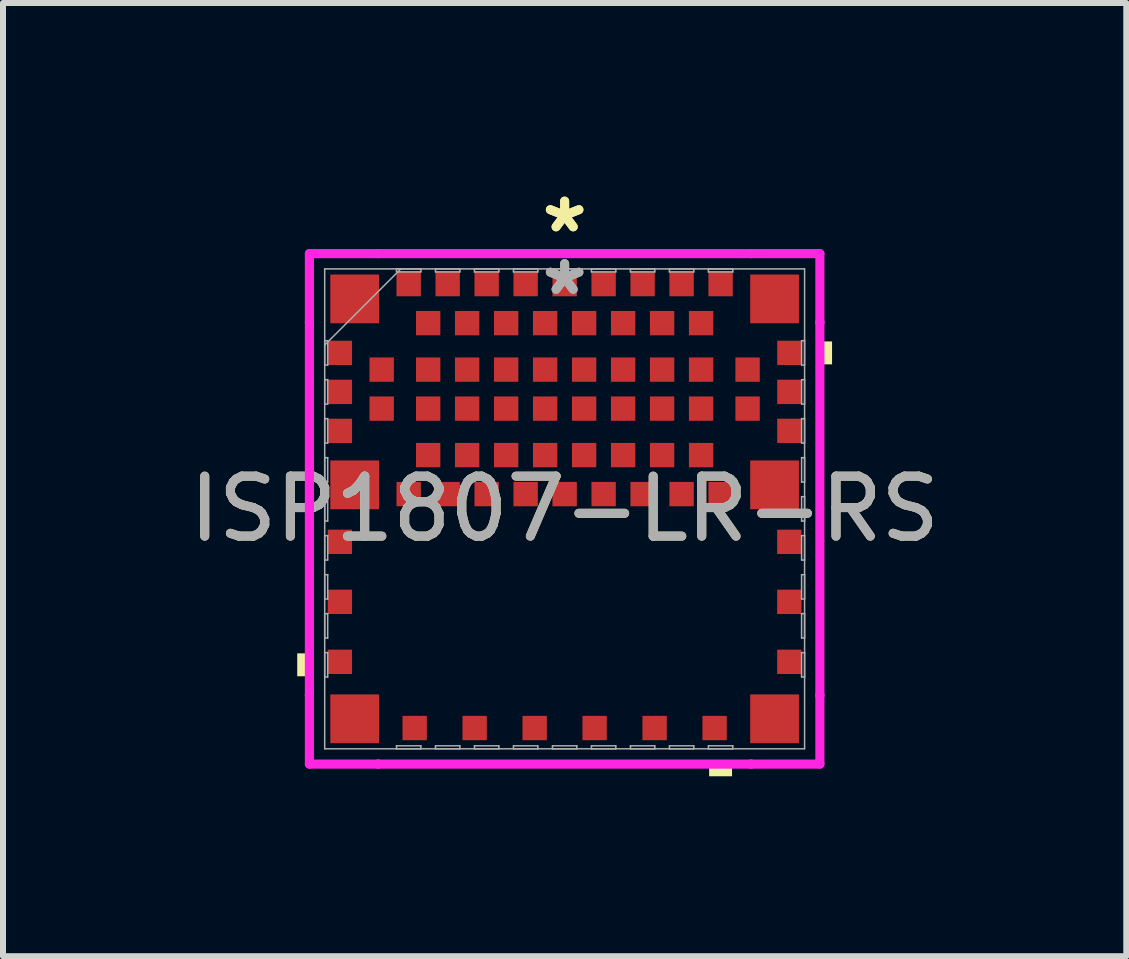
<source format=kicad_pcb>
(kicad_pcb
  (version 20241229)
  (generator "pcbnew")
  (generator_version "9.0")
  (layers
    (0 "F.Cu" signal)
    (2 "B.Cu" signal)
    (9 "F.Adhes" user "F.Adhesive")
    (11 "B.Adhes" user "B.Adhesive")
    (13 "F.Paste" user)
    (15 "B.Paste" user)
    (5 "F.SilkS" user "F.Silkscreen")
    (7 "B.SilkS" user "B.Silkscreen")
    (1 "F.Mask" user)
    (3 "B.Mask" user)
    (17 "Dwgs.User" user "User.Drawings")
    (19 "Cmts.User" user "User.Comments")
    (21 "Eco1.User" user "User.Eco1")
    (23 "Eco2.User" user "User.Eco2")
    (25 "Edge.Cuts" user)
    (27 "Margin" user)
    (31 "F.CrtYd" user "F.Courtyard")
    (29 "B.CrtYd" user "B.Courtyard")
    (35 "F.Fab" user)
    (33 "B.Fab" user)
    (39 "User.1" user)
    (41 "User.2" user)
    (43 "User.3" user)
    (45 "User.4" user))
  (footprint "ISP1807-LR-RS"
    (layer "F.Cu")
    (at 6.363 5.433)
    (property "Reference" "ISP1807-LR-RS" (at 0 0 0) (unlocked yes) (layer "F.SilkS") (effects (font (size 1 1) (thickness 0.15))))
    (attr smd)
    (fp_poly (pts (xy -4.458 2.409) (xy -4.458 2.791) (xy -4.204 2.791) (xy -4.204 2.409)) (stroke (width 0) (type solid)) (fill yes) (layer "F.SilkS"))
    (fp_poly (pts (xy 2.409 4.204) (xy 2.409 4.458) (xy 2.791 4.458) (xy 2.791 4.204)) (stroke (width 0) (type solid)) (fill yes) (layer "F.SilkS"))
    (fp_poly (pts (xy 4.458 -2.791) (xy 4.458 -2.409) (xy 4.204 -2.409) (xy 4.204 -2.791)) (stroke (width 0) (type solid)) (fill yes) (layer "F.SilkS"))
    (fp_line (start -4.255 -4.255) (end -3.108 -4.255) (stroke (width 0.152) (type solid)) (layer "F.CrtYd"))
    (fp_line (start -4.255 -3.108) (end -4.255 -4.255) (stroke (width 0.152) (type solid)) (layer "F.CrtYd"))
    (fp_line (start -4.255 -3.108) (end -4.255 -3.108) (stroke (width 0.152) (type solid)) (layer "F.CrtYd"))
    (fp_line (start -4.255 3.108) (end -4.255 -3.108) (stroke (width 0.152) (type solid)) (layer "F.CrtYd"))
    (fp_line (start -4.255 3.108) (end -4.255 3.108) (stroke (width 0.152) (type solid)) (layer "F.CrtYd"))
    (fp_line (start -4.255 4.255) (end -4.255 3.108) (stroke (width 0.152) (type solid)) (layer "F.CrtYd"))
    (fp_line (start -3.108 -4.255) (end -3.108 -4.255) (stroke (width 0.152) (type solid)) (layer "F.CrtYd"))
    (fp_line (start -3.108 -4.255) (end 3.108 -4.255) (stroke (width 0.152) (type solid)) (layer "F.CrtYd"))
    (fp_line (start -3.108 4.255) (end -4.255 4.255) (stroke (width 0.152) (type solid)) (layer "F.CrtYd"))
    (fp_line (start -3.108 4.255) (end -3.108 4.255) (stroke (width 0.152) (type solid)) (layer "F.CrtYd"))
    (fp_line (start 3.108 -4.255) (end 3.108 -4.255) (stroke (width 0.152) (type solid)) (layer "F.CrtYd"))
    (fp_line (start 3.108 -4.255) (end 4.255 -4.255) (stroke (width 0.152) (type solid)) (layer "F.CrtYd"))
    (fp_line (start 3.108 4.255) (end -3.108 4.255) (stroke (width 0.152) (type solid)) (layer "F.CrtYd"))
    (fp_line (start 3.108 4.255) (end 3.108 4.255) (stroke (width 0.152) (type solid)) (layer "F.CrtYd"))
    (fp_line (start 4.255 -4.255) (end 4.255 -3.108) (stroke (width 0.152) (type solid)) (layer "F.CrtYd"))
    (fp_line (start 4.255 -3.108) (end 4.255 -3.108) (stroke (width 0.152) (type solid)) (layer "F.CrtYd"))
    (fp_line (start 4.255 -3.108) (end 4.255 3.108) (stroke (width 0.152) (type solid)) (layer "F.CrtYd"))
    (fp_line (start 4.255 3.108) (end 4.255 3.108) (stroke (width 0.152) (type solid)) (layer "F.CrtYd"))
    (fp_line (start 4.255 3.108) (end 4.255 4.255) (stroke (width 0.152) (type solid)) (layer "F.CrtYd"))
    (fp_line (start 4.255 4.255) (end 3.108 4.255) (stroke (width 0.152) (type solid)) (layer "F.CrtYd"))
    (fp_line (start -4 -4) (end -4 4) (stroke (width 0.025) (type solid)) (layer "F.Fab"))
    (fp_line (start -4 -2.803) (end -3.95 -2.803) (stroke (width 0.025) (type solid)) (layer "F.Fab"))
    (fp_line (start -4 -2.731) (end -2.731 -4) (stroke (width 0.025) (type solid)) (layer "F.Fab"))
    (fp_line (start -4 -2.397) (end -4 -2.803) (stroke (width 0.025) (type solid)) (layer "F.Fab"))
    (fp_line (start -4 -2.153) (end -3.95 -2.153) (stroke (width 0.025) (type solid)) (layer "F.Fab"))
    (fp_line (start -4 -1.747) (end -4 -2.153) (stroke (width 0.025) (type solid)) (layer "F.Fab"))
    (fp_line (start -4 -1.503) (end -3.95 -1.503) (stroke (width 0.025) (type solid)) (layer "F.Fab"))
    (fp_line (start -4 -1.097) (end -4 -1.503) (stroke (width 0.025) (type solid)) (layer "F.Fab"))
    (fp_line (start -4 -0.853) (end -3.95 -0.853) (stroke (width 0.025) (type solid)) (layer "F.Fab"))
    (fp_line (start -4 -0.447) (end -4 -0.853) (stroke (width 0.025) (type solid)) (layer "F.Fab"))
    (fp_line (start -4 -0.203) (end -3.95 -0.203) (stroke (width 0.025) (type solid)) (layer "F.Fab"))
    (fp_line (start -4 0.203) (end -4 -0.203) (stroke (width 0.025) (type solid)) (layer "F.Fab"))
    (fp_line (start -4 0.447) (end -3.95 0.447) (stroke (width 0.025) (type solid)) (layer "F.Fab"))
    (fp_line (start -4 0.853) (end -4 0.447) (stroke (width 0.025) (type solid)) (layer "F.Fab"))
    (fp_line (start -4 1.097) (end -3.95 1.097) (stroke (width 0.025) (type solid)) (layer "F.Fab"))
    (fp_line (start -4 1.503) (end -4 1.097) (stroke (width 0.025) (type solid)) (layer "F.Fab"))
    (fp_line (start -4 1.747) (end -3.95 1.747) (stroke (width 0.025) (type solid)) (layer "F.Fab"))
    (fp_line (start -4 2.153) (end -4 1.747) (stroke (width 0.025) (type solid)) (layer "F.Fab"))
    (fp_line (start -4 2.397) (end -3.95 2.397) (stroke (width 0.025) (type solid)) (layer "F.Fab"))
    (fp_line (start -4 2.803) (end -4 2.397) (stroke (width 0.025) (type solid)) (layer "F.Fab"))
    (fp_line (start -4 4) (end 4 4) (stroke (width 0.025) (type solid)) (layer "F.Fab"))
    (fp_line (start -3.95 -2.803) (end -3.95 -2.397) (stroke (width 0.025) (type solid)) (layer "F.Fab"))
    (fp_line (start -3.95 -2.397) (end -4 -2.397) (stroke (width 0.025) (type solid)) (layer "F.Fab"))
    (fp_line (start -3.95 -2.153) (end -3.95 -1.747) (stroke (width 0.025) (type solid)) (layer "F.Fab"))
    (fp_line (start -3.95 -1.747) (end -4 -1.747) (stroke (width 0.025) (type solid)) (layer "F.Fab"))
    (fp_line (start -3.95 -1.503) (end -3.95 -1.097) (stroke (width 0.025) (type solid)) (layer "F.Fab"))
    (fp_line (start -3.95 -1.097) (end -4 -1.097) (stroke (width 0.025) (type solid)) (layer "F.Fab"))
    (fp_line (start -3.95 -0.853) (end -3.95 -0.447) (stroke (width 0.025) (type solid)) (layer "F.Fab"))
    (fp_line (start -3.95 -0.447) (end -4 -0.447) (stroke (width 0.025) (type solid)) (layer "F.Fab"))
    (fp_line (start -3.95 -0.203) (end -3.95 0.203) (stroke (width 0.025) (type solid)) (layer "F.Fab"))
    (fp_line (start -3.95 0.203) (end -4 0.203) (stroke (width 0.025) (type solid)) (layer "F.Fab"))
    (fp_line (start -3.95 0.447) (end -3.95 0.853) (stroke (width 0.025) (type solid)) (layer "F.Fab"))
    (fp_line (start -3.95 0.853) (end -4 0.853) (stroke (width 0.025) (type solid)) (layer "F.Fab"))
    (fp_line (start -3.95 1.097) (end -3.95 1.503) (stroke (width 0.025) (type solid)) (layer "F.Fab"))
    (fp_line (start -3.95 1.503) (end -4 1.503) (stroke (width 0.025) (type solid)) (layer "F.Fab"))
    (fp_line (start -3.95 1.747) (end -3.95 2.153) (stroke (width 0.025) (type solid)) (layer "F.Fab"))
    (fp_line (start -3.95 2.153) (end -4 2.153) (stroke (width 0.025) (type solid)) (layer "F.Fab"))
    (fp_line (start -3.95 2.397) (end -3.95 2.803) (stroke (width 0.025) (type solid)) (layer "F.Fab"))
    (fp_line (start -3.95 2.803) (end -4 2.803) (stroke (width 0.025) (type solid)) (layer "F.Fab"))
    (fp_line (start -2.803 -4) (end -2.397 -4) (stroke (width 0.025) (type solid)) (layer "F.Fab"))
    (fp_line (start -2.803 -3.95) (end -2.803 -4) (stroke (width 0.025) (type solid)) (layer "F.Fab"))
    (fp_line (start -2.803 3.95) (end -2.397 3.95) (stroke (width 0.025) (type solid)) (layer "F.Fab"))
    (fp_line (start -2.803 4) (end -2.803 3.95) (stroke (width 0.025) (type solid)) (layer "F.Fab"))
    (fp_line (start -2.397 -4) (end -2.397 -3.95) (stroke (width 0.025) (type solid)) (layer "F.Fab"))
    (fp_line (start -2.397 -3.95) (end -2.803 -3.95) (stroke (width 0.025) (type solid)) (layer "F.Fab"))
    (fp_line (start -2.397 3.95) (end -2.397 4) (stroke (width 0.025) (type solid)) (layer "F.Fab"))
    (fp_line (start -2.397 4) (end -2.803 4) (stroke (width 0.025) (type solid)) (layer "F.Fab"))
    (fp_line (start -2.153 -4) (end -1.747 -4) (stroke (width 0.025) (type solid)) (layer "F.Fab"))
    (fp_line (start -2.153 -3.95) (end -2.153 -4) (stroke (width 0.025) (type solid)) (layer "F.Fab"))
    (fp_line (start -2.153 3.95) (end -1.747 3.95) (stroke (width 0.025) (type solid)) (layer "F.Fab"))
    (fp_line (start -2.153 4) (end -2.153 3.95) (stroke (width 0.025) (type solid)) (layer "F.Fab"))
    (fp_line (start -1.747 -4) (end -1.747 -3.95) (stroke (width 0.025) (type solid)) (layer "F.Fab"))
    (fp_line (start -1.747 -3.95) (end -2.153 -3.95) (stroke (width 0.025) (type solid)) (layer "F.Fab"))
    (fp_line (start -1.747 3.95) (end -1.747 4) (stroke (width 0.025) (type solid)) (layer "F.Fab"))
    (fp_line (start -1.747 4) (end -2.153 4) (stroke (width 0.025) (type solid)) (layer "F.Fab"))
    (fp_line (start -1.503 -4) (end -1.097 -4) (stroke (width 0.025) (type solid)) (layer "F.Fab"))
    (fp_line (start -1.503 -3.95) (end -1.503 -4) (stroke (width 0.025) (type solid)) (layer "F.Fab"))
    (fp_line (start -1.503 3.95) (end -1.097 3.95) (stroke (width 0.025) (type solid)) (layer "F.Fab"))
    (fp_line (start -1.503 4) (end -1.503 3.95) (stroke (width 0.025) (type solid)) (layer "F.Fab"))
    (fp_line (start -1.097 -4) (end -1.097 -3.95) (stroke (width 0.025) (type solid)) (layer "F.Fab"))
    (fp_line (start -1.097 -3.95) (end -1.503 -3.95) (stroke (width 0.025) (type solid)) (layer "F.Fab"))
    (fp_line (start -1.097 3.95) (end -1.097 4) (stroke (width 0.025) (type solid)) (layer "F.Fab"))
    (fp_line (start -1.097 4) (end -1.503 4) (stroke (width 0.025) (type solid)) (layer "F.Fab"))
    (fp_line (start -0.853 -4) (end -0.447 -4) (stroke (width 0.025) (type solid)) (layer "F.Fab"))
    (fp_line (start -0.853 -3.95) (end -0.853 -4) (stroke (width 0.025) (type solid)) (layer "F.Fab"))
    (fp_line (start -0.853 3.95) (end -0.447 3.95) (stroke (width 0.025) (type solid)) (layer "F.Fab"))
    (fp_line (start -0.853 4) (end -0.853 3.95) (stroke (width 0.025) (type solid)) (layer "F.Fab"))
    (fp_line (start -0.447 -4) (end -0.447 -3.95) (stroke (width 0.025) (type solid)) (layer "F.Fab"))
    (fp_line (start -0.447 -3.95) (end -0.853 -3.95) (stroke (width 0.025) (type solid)) (layer "F.Fab"))
    (fp_line (start -0.447 3.95) (end -0.447 4) (stroke (width 0.025) (type solid)) (layer "F.Fab"))
    (fp_line (start -0.447 4) (end -0.853 4) (stroke (width 0.025) (type solid)) (layer "F.Fab"))
    (fp_line (start -0.203 -4) (end 0.203 -4) (stroke (width 0.025) (type solid)) (layer "F.Fab"))
    (fp_line (start -0.203 -3.95) (end -0.203 -4) (stroke (width 0.025) (type solid)) (layer "F.Fab"))
    (fp_line (start -0.203 3.95) (end 0.203 3.95) (stroke (width 0.025) (type solid)) (layer "F.Fab"))
    (fp_line (start -0.203 4) (end -0.203 3.95) (stroke (width 0.025) (type solid)) (layer "F.Fab"))
    (fp_line (start 0.203 -4) (end 0.203 -3.95) (stroke (width 0.025) (type solid)) (layer "F.Fab"))
    (fp_line (start 0.203 -3.95) (end -0.203 -3.95) (stroke (width 0.025) (type solid)) (layer "F.Fab"))
    (fp_line (start 0.203 3.95) (end 0.203 4) (stroke (width 0.025) (type solid)) (layer "F.Fab"))
    (fp_line (start 0.203 4) (end -0.203 4) (stroke (width 0.025) (type solid)) (layer "F.Fab"))
    (fp_line (start 0.447 -4) (end 0.853 -4) (stroke (width 0.025) (type solid)) (layer "F.Fab"))
    (fp_line (start 0.447 -3.95) (end 0.447 -4) (stroke (width 0.025) (type solid)) (layer "F.Fab"))
    (fp_line (start 0.447 3.95) (end 0.853 3.95) (stroke (width 0.025) (type solid)) (layer "F.Fab"))
    (fp_line (start 0.447 4) (end 0.447 3.95) (stroke (width 0.025) (type solid)) (layer "F.Fab"))
    (fp_line (start 0.853 -4) (end 0.853 -3.95) (stroke (width 0.025) (type solid)) (layer "F.Fab"))
    (fp_line (start 0.853 -3.95) (end 0.447 -3.95) (stroke (width 0.025) (type solid)) (layer "F.Fab"))
    (fp_line (start 0.853 3.95) (end 0.853 4) (stroke (width 0.025) (type solid)) (layer "F.Fab"))
    (fp_line (start 0.853 4) (end 0.447 4) (stroke (width 0.025) (type solid)) (layer "F.Fab"))
    (fp_line (start 1.097 -4) (end 1.503 -4) (stroke (width 0.025) (type solid)) (layer "F.Fab"))
    (fp_line (start 1.097 -3.95) (end 1.097 -4) (stroke (width 0.025) (type solid)) (layer "F.Fab"))
    (fp_line (start 1.097 3.95) (end 1.503 3.95) (stroke (width 0.025) (type solid)) (layer "F.Fab"))
    (fp_line (start 1.097 4) (end 1.097 3.95) (stroke (width 0.025) (type solid)) (layer "F.Fab"))
    (fp_line (start 1.503 -4) (end 1.503 -3.95) (stroke (width 0.025) (type solid)) (layer "F.Fab"))
    (fp_line (start 1.503 -3.95) (end 1.097 -3.95) (stroke (width 0.025) (type solid)) (layer "F.Fab"))
    (fp_line (start 1.503 3.95) (end 1.503 4) (stroke (width 0.025) (type solid)) (layer "F.Fab"))
    (fp_line (start 1.503 4) (end 1.097 4) (stroke (width 0.025) (type solid)) (layer "F.Fab"))
    (fp_line (start 1.747 -4) (end 2.153 -4) (stroke (width 0.025) (type solid)) (layer "F.Fab"))
    (fp_line (start 1.747 -3.95) (end 1.747 -4) (stroke (width 0.025) (type solid)) (layer "F.Fab"))
    (fp_line (start 1.747 3.95) (end 2.153 3.95) (stroke (width 0.025) (type solid)) (layer "F.Fab"))
    (fp_line (start 1.747 4) (end 1.747 3.95) (stroke (width 0.025) (type solid)) (layer "F.Fab"))
    (fp_line (start 2.153 -4) (end 2.153 -3.95) (stroke (width 0.025) (type solid)) (layer "F.Fab"))
    (fp_line (start 2.153 -3.95) (end 1.747 -3.95) (stroke (width 0.025) (type solid)) (layer "F.Fab"))
    (fp_line (start 2.153 3.95) (end 2.153 4) (stroke (width 0.025) (type solid)) (layer "F.Fab"))
    (fp_line (start 2.153 4) (end 1.747 4) (stroke (width 0.025) (type solid)) (layer "F.Fab"))
    (fp_line (start 2.397 -4) (end 2.803 -4) (stroke (width 0.025) (type solid)) (layer "F.Fab"))
    (fp_line (start 2.397 -3.95) (end 2.397 -4) (stroke (width 0.025) (type solid)) (layer "F.Fab"))
    (fp_line (start 2.397 3.95) (end 2.803 3.95) (stroke (width 0.025) (type solid)) (layer "F.Fab"))
    (fp_line (start 2.397 4) (end 2.397 3.95) (stroke (width 0.025) (type solid)) (layer "F.Fab"))
    (fp_line (start 2.803 -4) (end 2.803 -3.95) (stroke (width 0.025) (type solid)) (layer "F.Fab"))
    (fp_line (start 2.803 -3.95) (end 2.397 -3.95) (stroke (width 0.025) (type solid)) (layer "F.Fab"))
    (fp_line (start 2.803 3.95) (end 2.803 4) (stroke (width 0.025) (type solid)) (layer "F.Fab"))
    (fp_line (start 2.803 4) (end 2.397 4) (stroke (width 0.025) (type solid)) (layer "F.Fab"))
    (fp_line (start 3.95 -2.803) (end 4 -2.803) (stroke (width 0.025) (type solid)) (layer "F.Fab"))
    (fp_line (start 3.95 -2.397) (end 3.95 -2.803) (stroke (width 0.025) (type solid)) (layer "F.Fab"))
    (fp_line (start 3.95 -2.153) (end 4 -2.153) (stroke (width 0.025) (type solid)) (layer "F.Fab"))
    (fp_line (start 3.95 -1.747) (end 3.95 -2.153) (stroke (width 0.025) (type solid)) (layer "F.Fab"))
    (fp_line (start 3.95 -1.503) (end 4 -1.503) (stroke (width 0.025) (type solid)) (layer "F.Fab"))
    (fp_line (start 3.95 -1.097) (end 3.95 -1.503) (stroke (width 0.025) (type solid)) (layer "F.Fab"))
    (fp_line (start 3.95 -0.853) (end 4 -0.853) (stroke (width 0.025) (type solid)) (layer "F.Fab"))
    (fp_line (start 3.95 -0.447) (end 3.95 -0.853) (stroke (width 0.025) (type solid)) (layer "F.Fab"))
    (fp_line (start 3.95 -0.203) (end 4 -0.203) (stroke (width 0.025) (type solid)) (layer "F.Fab"))
    (fp_line (start 3.95 0.203) (end 3.95 -0.203) (stroke (width 0.025) (type solid)) (layer "F.Fab"))
    (fp_line (start 3.95 0.447) (end 4 0.447) (stroke (width 0.025) (type solid)) (layer "F.Fab"))
    (fp_line (start 3.95 0.853) (end 3.95 0.447) (stroke (width 0.025) (type solid)) (layer "F.Fab"))
    (fp_line (start 3.95 1.097) (end 4 1.097) (stroke (width 0.025) (type solid)) (layer "F.Fab"))
    (fp_line (start 3.95 1.503) (end 3.95 1.097) (stroke (width 0.025) (type solid)) (layer "F.Fab"))
    (fp_line (start 3.95 1.747) (end 4 1.747) (stroke (width 0.025) (type solid)) (layer "F.Fab"))
    (fp_line (start 3.95 2.153) (end 3.95 1.747) (stroke (width 0.025) (type solid)) (layer "F.Fab"))
    (fp_line (start 3.95 2.397) (end 4 2.397) (stroke (width 0.025) (type solid)) (layer "F.Fab"))
    (fp_line (start 3.95 2.803) (end 3.95 2.397) (stroke (width 0.025) (type solid)) (layer "F.Fab"))
    (fp_line (start 4 -4) (end -4 -4) (stroke (width 0.025) (type solid)) (layer "F.Fab"))
    (fp_line (start 4 -2.803) (end 4 -2.397) (stroke (width 0.025) (type solid)) (layer "F.Fab"))
    (fp_line (start 4 -2.397) (end 3.95 -2.397) (stroke (width 0.025) (type solid)) (layer "F.Fab"))
    (fp_line (start 4 -2.153) (end 4 -1.747) (stroke (width 0.025) (type solid)) (layer "F.Fab"))
    (fp_line (start 4 -1.747) (end 3.95 -1.747) (stroke (width 0.025) (type solid)) (layer "F.Fab"))
    (fp_line (start 4 -1.503) (end 4 -1.097) (stroke (width 0.025) (type solid)) (layer "F.Fab"))
    (fp_line (start 4 -1.097) (end 3.95 -1.097) (stroke (width 0.025) (type solid)) (layer "F.Fab"))
    (fp_line (start 4 -0.853) (end 4 -0.447) (stroke (width 0.025) (type solid)) (layer "F.Fab"))
    (fp_line (start 4 -0.447) (end 3.95 -0.447) (stroke (width 0.025) (type solid)) (layer "F.Fab"))
    (fp_line (start 4 -0.203) (end 4 0.203) (stroke (width 0.025) (type solid)) (layer "F.Fab"))
    (fp_line (start 4 0.203) (end 3.95 0.203) (stroke (width 0.025) (type solid)) (layer "F.Fab"))
    (fp_line (start 4 0.447) (end 4 0.853) (stroke (width 0.025) (type solid)) (layer "F.Fab"))
    (fp_line (start 4 0.853) (end 3.95 0.853) (stroke (width 0.025) (type solid)) (layer "F.Fab"))
    (fp_line (start 4 1.097) (end 4 1.503) (stroke (width 0.025) (type solid)) (layer "F.Fab"))
    (fp_line (start 4 1.503) (end 3.95 1.503) (stroke (width 0.025) (type solid)) (layer "F.Fab"))
    (fp_line (start 4 1.747) (end 4 2.153) (stroke (width 0.025) (type solid)) (layer "F.Fab"))
    (fp_line (start 4 2.153) (end 3.95 2.153) (stroke (width 0.025) (type solid)) (layer "F.Fab"))
    (fp_line (start 4 2.397) (end 4 2.803) (stroke (width 0.025) (type solid)) (layer "F.Fab"))
    (fp_line (start 4 2.803) (end 3.95 2.803) (stroke (width 0.025) (type solid)) (layer "F.Fab"))
    (fp_line (start 4 4) (end 4 -4) (stroke (width 0.025) (type solid)) (layer "F.Fab"))
    (fp_text user "*" (at 0 -4.585 0) (unlocked yes) (layer "F.SilkS") (effects (font (size 1 1) (thickness 0.15))))
    (fp_text user "*" (at 0 -4.585 0) (layer "F.SilkS") (effects (font (size 1 1) (thickness 0.15))))
    (fp_text user "*" (at 0 -3.543 0) (unlocked yes) (layer "F.Fab") (effects (font (size 1 1) (thickness 0.15))))
    (fp_text user "${REFERENCE}" (at 0 0 0) (unlocked yes) (layer "F.Fab") (effects (font (size 1 1) (thickness 0.15))))
    (fp_text user "*" (at 0 -3.543 0) (layer "F.Fab") (effects (font (size 1 1) (thickness 0.15))))
    (pad "1" smd rect (at -3.5 -3.5) (size 0.813 0.813) (layers "F.Cu" "F.Mask" "F.Paste"))
    (pad "2" smd rect (at -3.747 -2.6 90) (size 0.406 0.406) (layers "F.Cu" "F.Mask" "F.Paste"))
    (pad "3" smd rect (at -3.05 -2.321) (size 0.406 0.406) (layers "F.Cu" "F.Mask" "F.Paste"))
    (pad "4" smd rect (at -3.747 -1.95 90) (size 0.406 0.406) (layers "F.Cu" "F.Mask" "F.Paste"))
    (pad "5" smd rect (at -3.05 -1.671) (size 0.406 0.406) (layers "F.Cu" "F.Mask" "F.Paste"))
    (pad "6" smd rect (at -3.747 -1.3 90) (size 0.406 0.406) (layers "F.Cu" "F.Mask" "F.Paste"))
    (pad "7" smd rect (at -3.5 -0.4) (size 0.813 0.813) (layers "F.Cu" "F.Mask" "F.Paste"))
    (pad "8" smd rect (at -2.6 -0.246) (size 0.406 0.406) (layers "F.Cu" "F.Mask" "F.Paste"))
    (pad "9" smd rect (at -2.275 -0.896) (size 0.406 0.406) (layers "F.Cu" "F.Mask" "F.Paste"))
    (pad "10" smd rect (at -1.95 -0.246) (size 0.406 0.406) (layers "F.Cu" "F.Mask" "F.Paste"))
    (pad "11" smd rect (at -1.625 -0.896) (size 0.406 0.406) (layers "F.Cu" "F.Mask" "F.Paste"))
    (pad "12" smd rect (at -1.3 -0.246) (size 0.406 0.406) (layers "F.Cu" "F.Mask" "F.Paste"))
    (pad "13" smd rect (at -0.975 -0.896) (size 0.406 0.406) (layers "F.Cu" "F.Mask" "F.Paste"))
    (pad "14" smd rect (at -0.65 -0.246) (size 0.406 0.406) (layers "F.Cu" "F.Mask" "F.Paste"))
    (pad "15" smd rect (at -0.325 -0.896) (size 0.406 0.406) (layers "F.Cu" "F.Mask" "F.Paste"))
    (pad "16" smd rect (at 0 -0.246) (size 0.406 0.406) (layers "F.Cu" "F.Mask" "F.Paste"))
    (pad "17" smd rect (at 0.325 -0.896) (size 0.406 0.406) (layers "F.Cu" "F.Mask" "F.Paste"))
    (pad "18" smd rect (at 0.65 -0.246) (size 0.406 0.406) (layers "F.Cu" "F.Mask" "F.Paste"))
    (pad "19" smd rect (at 0.975 -0.896) (size 0.406 0.406) (layers "F.Cu" "F.Mask" "F.Paste"))
    (pad "20" smd rect (at 1.3 -0.246) (size 0.406 0.406) (layers "F.Cu" "F.Mask" "F.Paste"))
    (pad "21" smd rect (at 1.625 -0.896) (size 0.406 0.406) (layers "F.Cu" "F.Mask" "F.Paste"))
    (pad "22" smd rect (at 1.95 -0.246) (size 0.406 0.406) (layers "F.Cu" "F.Mask" "F.Paste"))
    (pad "23" smd rect (at 2.275 -0.896) (size 0.406 0.406) (layers "F.Cu" "F.Mask" "F.Paste"))
    (pad "24" smd rect (at 2.6 -0.246) (size 0.406 0.406) (layers "F.Cu" "F.Mask" "F.Paste"))
    (pad "25" smd rect (at 3.5 -0.4) (size 0.813 0.813) (layers "F.Cu" "F.Mask" "F.Paste"))
    (pad "26" smd rect (at 3.747 -1.3 90) (size 0.406 0.406) (layers "F.Cu" "F.Mask" "F.Paste"))
    (pad "27" smd rect (at 3.05 -1.671) (size 0.406 0.406) (layers "F.Cu" "F.Mask" "F.Paste"))
    (pad "28" smd rect (at 3.747 -1.95 90) (size 0.406 0.406) (layers "F.Cu" "F.Mask" "F.Paste"))
    (pad "29" smd rect (at 3.05 -2.321) (size 0.406 0.406) (layers "F.Cu" "F.Mask" "F.Paste"))
    (pad "30" smd rect (at 3.747 -2.6 90) (size 0.406 0.406) (layers "F.Cu" "F.Mask" "F.Paste"))
    (pad "31" smd rect (at 3.5 -3.5) (size 0.813 0.813) (layers "F.Cu" "F.Mask" "F.Paste"))
    (pad "32" smd rect (at 2.6 -3.747) (size 0.406 0.406) (layers "F.Cu" "F.Mask" "F.Paste"))
    (pad "33" smd rect (at 2.275 -3.096) (size 0.406 0.406) (layers "F.Cu" "F.Mask" "F.Paste"))
    (pad "34" smd rect (at 1.95 -3.747) (size 0.406 0.406) (layers "F.Cu" "F.Mask" "F.Paste"))
    (pad "35" smd rect (at 1.625 -3.096) (size 0.406 0.406) (layers "F.Cu" "F.Mask" "F.Paste"))
    (pad "36" smd rect (at 1.3 -3.747) (size 0.406 0.406) (layers "F.Cu" "F.Mask" "F.Paste"))
    (pad "37" smd rect (at 0.975 -3.096) (size 0.406 0.406) (layers "F.Cu" "F.Mask" "F.Paste"))
    (pad "38" smd rect (at 0.65 -3.747) (size 0.406 0.406) (layers "F.Cu" "F.Mask" "F.Paste"))
    (pad "39" smd rect (at 0.325 -3.096) (size 0.406 0.406) (layers "F.Cu" "F.Mask" "F.Paste"))
    (pad "40" smd rect (at 0 -3.747) (size 0.406 0.406) (layers "F.Cu" "F.Mask" "F.Paste"))
    (pad "41" smd rect (at -0.325 -3.096) (size 0.406 0.406) (layers "F.Cu" "F.Mask" "F.Paste"))
    (pad "42" smd rect (at -0.65 -3.747) (size 0.406 0.406) (layers "F.Cu" "F.Mask" "F.Paste"))
    (pad "43" smd rect (at -0.975 -3.096) (size 0.406 0.406) (layers "F.Cu" "F.Mask" "F.Paste"))
    (pad "44" smd rect (at -1.3 -3.747) (size 0.406 0.406) (layers "F.Cu" "F.Mask" "F.Paste"))
    (pad "45" smd rect (at -1.625 -3.096) (size 0.406 0.406) (layers "F.Cu" "F.Mask" "F.Paste"))
    (pad "46" smd rect (at -1.95 -3.747) (size 0.406 0.406) (layers "F.Cu" "F.Mask" "F.Paste"))
    (pad "47" smd rect (at -2.275 -3.096) (size 0.406 0.406) (layers "F.Cu" "F.Mask" "F.Paste"))
    (pad "48" smd rect (at -2.6 -3.747) (size 0.406 0.406) (layers "F.Cu" "F.Mask" "F.Paste"))
    (pad "49" smd rect (at 2.275 -2.321) (size 0.406 0.406) (layers "F.Cu" "F.Mask" "F.Paste"))
    (pad "50" smd rect (at 1.625 -2.321) (size 0.406 0.406) (layers "F.Cu" "F.Mask" "F.Paste"))
    (pad "51" smd rect (at 0.975 -2.321) (size 0.406 0.406) (layers "F.Cu" "F.Mask" "F.Paste"))
    (pad "52" smd rect (at 0.325 -2.321) (size 0.406 0.406) (layers "F.Cu" "F.Mask" "F.Paste"))
    (pad "53" smd rect (at -0.325 -2.321) (size 0.406 0.406) (layers "F.Cu" "F.Mask" "F.Paste"))
    (pad "54" smd rect (at -0.975 -2.321) (size 0.406 0.406) (layers "F.Cu" "F.Mask" "F.Paste"))
    (pad "55" smd rect (at -1.625 -2.321) (size 0.406 0.406) (layers "F.Cu" "F.Mask" "F.Paste"))
    (pad "56" smd rect (at -2.275 -2.321) (size 0.406 0.406) (layers "F.Cu" "F.Mask" "F.Paste"))
    (pad "57" smd rect (at 2.275 -1.671) (size 0.406 0.406) (layers "F.Cu" "F.Mask" "F.Paste"))
    (pad "58" smd rect (at 1.625 -1.671) (size 0.406 0.406) (layers "F.Cu" "F.Mask" "F.Paste"))
    (pad "59" smd rect (at 0.975 -1.671) (size 0.406 0.406) (layers "F.Cu" "F.Mask" "F.Paste"))
    (pad "60" smd rect (at 0.325 -1.671) (size 0.406 0.406) (layers "F.Cu" "F.Mask" "F.Paste"))
    (pad "61" smd rect (at -0.325 -1.671) (size 0.406 0.406) (layers "F.Cu" "F.Mask" "F.Paste"))
    (pad "62" smd rect (at -0.975 -1.671) (size 0.406 0.406) (layers "F.Cu" "F.Mask" "F.Paste"))
    (pad "63" smd rect (at -1.625 -1.671) (size 0.406 0.406) (layers "F.Cu" "F.Mask" "F.Paste"))
    (pad "64" smd rect (at -2.275 -1.671) (size 0.406 0.406) (layers "F.Cu" "F.Mask" "F.Paste"))
    (pad "65" smd rect (at -3.747 0.55 90) (size 0.406 0.406) (layers "F.Cu" "F.Mask" "F.Paste"))
    (pad "66" smd rect (at -3.747 1.55 90) (size 0.406 0.406) (layers "F.Cu" "F.Mask" "F.Paste"))
    (pad "67" smd rect (at -3.747 2.55 90) (size 0.406 0.406) (layers "F.Cu" "F.Mask" "F.Paste"))
    (pad "68" smd rect (at -3.5 3.5) (size 0.813 0.813) (layers "F.Cu" "F.Mask" "F.Paste"))
    (pad "69" smd rect (at -2.5 3.654) (size 0.406 0.406) (layers "F.Cu" "F.Mask" "F.Paste"))
    (pad "70" smd rect (at -1.5 3.654) (size 0.406 0.406) (layers "F.Cu" "F.Mask" "F.Paste"))
    (pad "71" smd rect (at -0.5 3.654) (size 0.406 0.406) (layers "F.Cu" "F.Mask" "F.Paste"))
    (pad "72" smd rect (at 0.5 3.654) (size 0.406 0.406) (layers "F.Cu" "F.Mask" "F.Paste"))
    (pad "73" smd rect (at 1.5 3.654) (size 0.406 0.406) (layers "F.Cu" "F.Mask" "F.Paste"))
    (pad "74" smd rect (at 2.5 3.654) (size 0.406 0.406) (layers "F.Cu" "F.Mask" "F.Paste"))
    (pad "75" smd rect (at 3.5 3.5) (size 0.813 0.813) (layers "F.Cu" "F.Mask" "F.Paste"))
    (pad "76" smd rect (at 3.746 2.55 90) (size 0.406 0.406) (layers "F.Cu" "F.Mask" "F.Paste"))
    (pad "77" smd rect (at 3.746 1.55 90) (size 0.406 0.406) (layers "F.Cu" "F.Mask" "F.Paste"))
    (pad "78" smd rect (at 3.746 0.55 90) (size 0.406 0.406) (layers "F.Cu" "F.Mask" "F.Paste")))
  (gr_rect
    (start -3 -3)
    (end 15.726 12.891)
    (stroke (width 0.1) (type default))
    (fill no)
    (layer "Edge.Cuts")))
</source>
